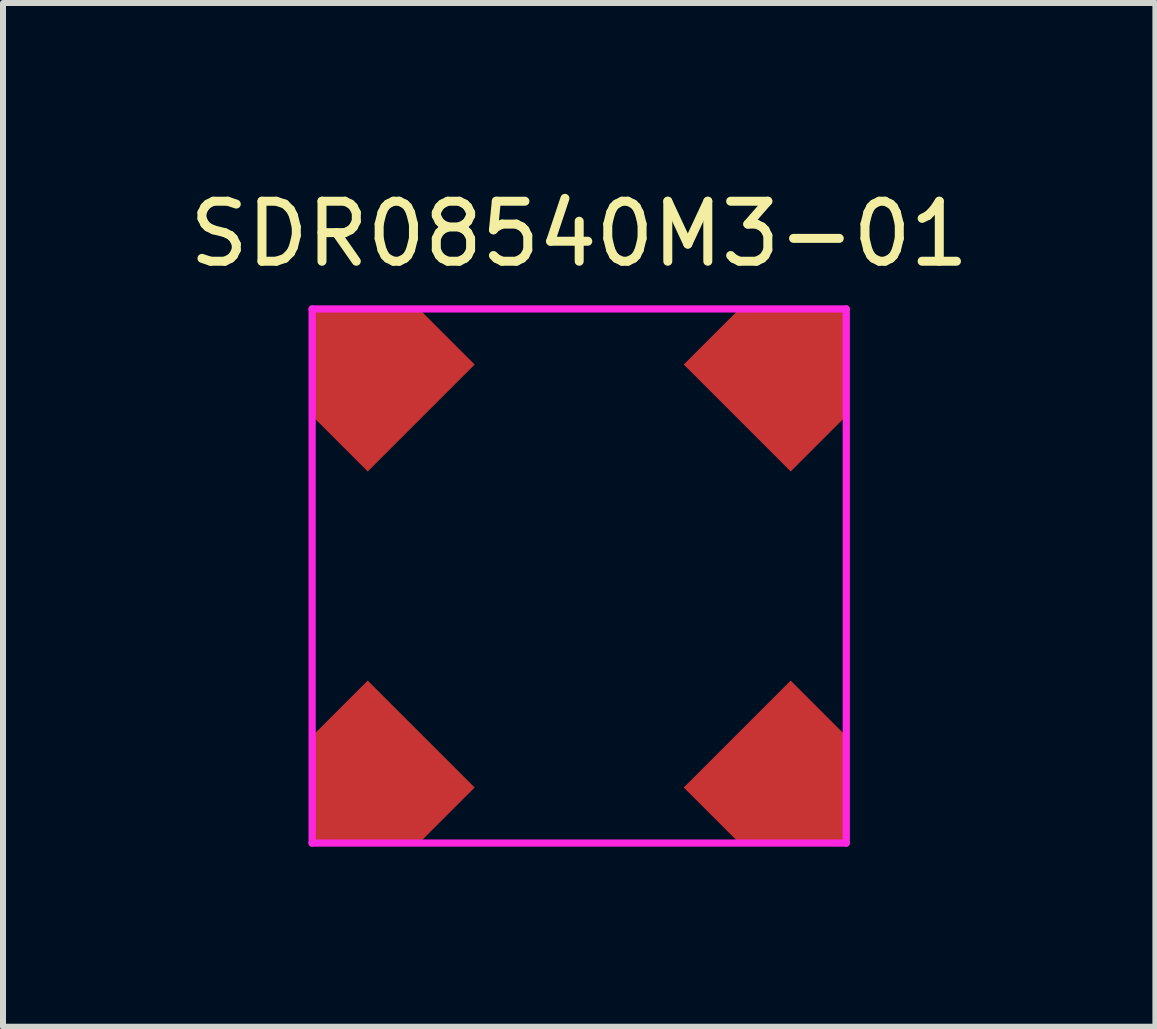
<source format=kicad_pcb>
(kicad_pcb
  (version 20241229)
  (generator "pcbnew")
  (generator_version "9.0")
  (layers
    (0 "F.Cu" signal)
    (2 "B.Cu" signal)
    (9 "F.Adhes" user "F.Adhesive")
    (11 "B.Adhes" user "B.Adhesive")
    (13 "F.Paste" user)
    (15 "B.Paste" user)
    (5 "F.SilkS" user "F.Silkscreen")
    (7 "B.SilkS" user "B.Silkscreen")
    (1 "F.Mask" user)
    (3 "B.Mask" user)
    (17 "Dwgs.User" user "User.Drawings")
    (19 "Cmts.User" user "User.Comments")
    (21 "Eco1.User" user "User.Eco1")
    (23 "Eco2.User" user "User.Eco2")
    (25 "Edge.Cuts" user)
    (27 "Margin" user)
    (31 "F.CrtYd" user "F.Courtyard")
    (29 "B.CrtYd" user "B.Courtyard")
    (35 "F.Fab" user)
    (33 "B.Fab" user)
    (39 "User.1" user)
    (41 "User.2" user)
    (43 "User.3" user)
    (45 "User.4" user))
  (footprint "SDR08540M3-01"
    (layer "F.Cu")
    (at 6.601 6.548)
    (property "Reference" "SDR08540M3-01" (at 0 -5.7 0) (layer "F.SilkS") (effects (font (size 1 1) (thickness 0.15))))
    (attr through_hole)
    (fp_line (start -4.45 -4.45) (end 4.45 -4.45) (stroke (width 0.12) (type solid)) (layer "F.CrtYd"))
    (fp_line (start -4.45 4.45) (end -4.45 -4.45) (stroke (width 0.12) (type solid)) (layer "F.CrtYd"))
    (fp_line (start 4.45 -4.45) (end 4.45 4.45) (stroke (width 0.12) (type solid)) (layer "F.CrtYd"))
    (fp_line (start 4.45 4.45) (end -4.45 4.45) (stroke (width 0.12) (type solid)) (layer "F.CrtYd"))
    (pad "1" smd custom (at 3.05 -3.05 315) (size 2.52 1.18) (layers "F.Cu" "F.Mask" "F.Paste") (options (anchor rect)) (primitives (gr_poly (pts (xy -1.26 0.509) (xy 1.26 0.509) (xy 1.26 -0.671) (xy 0 -1.931) (xy -1.26 -0.671)) (width 0) (fill yes))))
    (pad "2" smd custom (at -3.05 -3.05 45) (size 2.52 1.18) (layers "F.Cu" "F.Mask" "F.Paste") (options (anchor rect)) (primitives (gr_poly (pts (xy -1.26 0.509) (xy 1.26 0.509) (xy 1.26 -0.671) (xy 0 -1.931) (xy -1.26 -0.671)) (width 0) (fill yes))))
    (pad "3" smd custom (at -3.05 3.05 135) (size 2.52 1.18) (layers "F.Cu" "F.Mask" "F.Paste") (options (anchor rect)) (primitives (gr_poly (pts (xy -1.26 0.509) (xy 1.26 0.509) (xy 1.26 -0.671) (xy 0 -1.931) (xy -1.26 -0.671)) (width 0) (fill yes))))
    (pad "4" smd custom (at 3.05 3.05 225) (size 2.52 1.18) (layers "F.Cu" "F.Mask" "F.Paste") (options (anchor rect)) (primitives (gr_poly (pts (xy -1.26 0.509) (xy 1.26 0.509) (xy 1.26 -0.671) (xy 0 -1.931) (xy -1.26 -0.671)) (width 0) (fill yes)))))
  (gr_rect
    (start -3 -3)
    (end 16.202 14.058)
    (stroke (width 0.1) (type default))
    (fill no)
    (layer "Edge.Cuts")))
</source>
